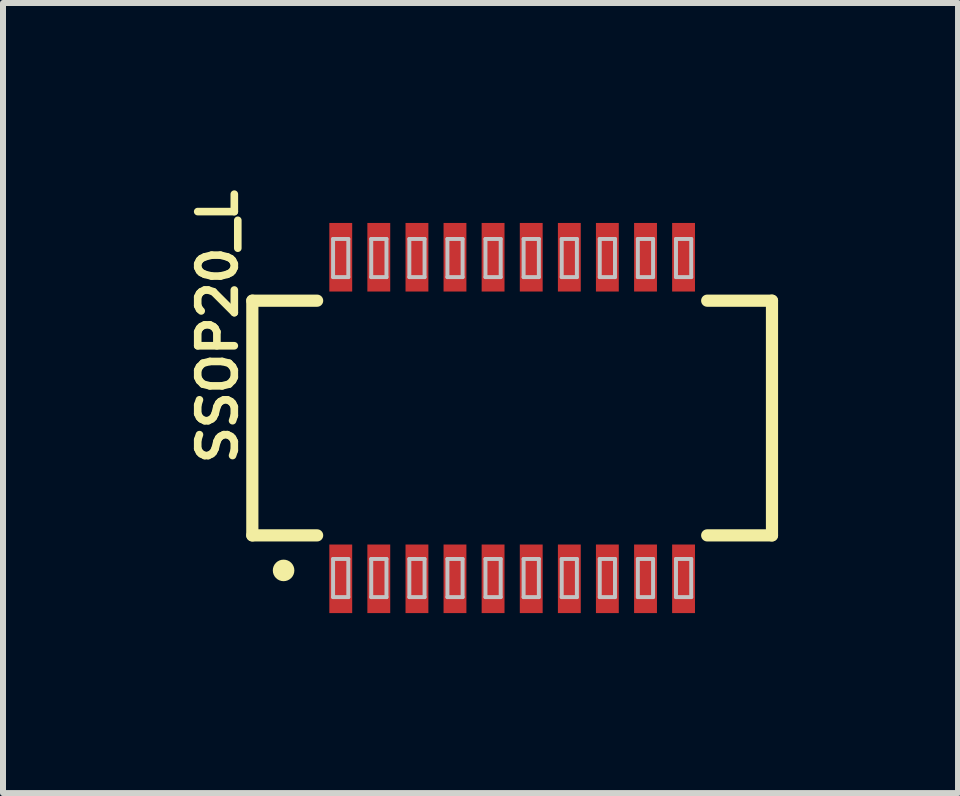
<source format=kicad_pcb>
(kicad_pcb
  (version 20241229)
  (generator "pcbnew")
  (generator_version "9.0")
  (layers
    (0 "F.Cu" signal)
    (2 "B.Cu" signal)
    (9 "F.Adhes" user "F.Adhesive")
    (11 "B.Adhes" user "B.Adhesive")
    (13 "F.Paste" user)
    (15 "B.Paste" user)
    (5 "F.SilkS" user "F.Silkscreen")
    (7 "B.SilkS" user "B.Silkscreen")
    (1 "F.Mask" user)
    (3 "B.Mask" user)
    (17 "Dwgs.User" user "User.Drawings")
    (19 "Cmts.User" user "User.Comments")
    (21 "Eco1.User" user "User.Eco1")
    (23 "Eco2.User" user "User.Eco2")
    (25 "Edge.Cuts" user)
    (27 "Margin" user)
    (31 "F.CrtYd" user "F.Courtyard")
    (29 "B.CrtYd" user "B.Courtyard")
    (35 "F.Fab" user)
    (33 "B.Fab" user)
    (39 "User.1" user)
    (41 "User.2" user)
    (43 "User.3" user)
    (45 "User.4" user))
  (footprint "SSOP20_L"
    (layer "F.Cu")
    (at 5.487 3.918)
    (property "Reference" "SSOP20_L" (at -4.907 -1.524 90) (layer "F.SilkS") (effects (font (size 0.61 0.61) (thickness 0.127))))
    (attr smd)
    (fp_line (start -4.331 -1.956) (end -4.331 1.956) (stroke (width 0.203) (type solid)) (layer "F.SilkS"))
    (fp_line (start -4.331 -1.956) (end -3.251 -1.956) (stroke (width 0.203) (type solid)) (layer "F.SilkS"))
    (fp_line (start -4.331 1.956) (end -3.251 1.956) (stroke (width 0.203) (type solid)) (layer "F.SilkS"))
    (fp_line (start 3.251 -1.956) (end 4.331 -1.956) (stroke (width 0.203) (type solid)) (layer "F.SilkS"))
    (fp_line (start 3.251 1.956) (end 4.331 1.956) (stroke (width 0.203) (type solid)) (layer "F.SilkS"))
    (fp_line (start 4.331 1.956) (end 4.331 -1.956) (stroke (width 0.203) (type solid)) (layer "F.SilkS"))
    (fp_circle (center -3.81 2.54) (end -3.937 2.667) (stroke (width 0) (type solid)) (fill yes) (layer "F.SilkS"))
    (fp_line (start -2.985 -2.985) (end -2.731 -2.985) (stroke (width 0.066) (type solid)) (layer "Dwgs.User"))
    (fp_line (start -2.985 -2.349) (end -2.985 -2.985) (stroke (width 0.066) (type solid)) (layer "Dwgs.User"))
    (fp_line (start -2.985 -2.349) (end -2.731 -2.349) (stroke (width 0.066) (type solid)) (layer "Dwgs.User"))
    (fp_line (start -2.985 2.349) (end -2.731 2.349) (stroke (width 0.066) (type solid)) (layer "Dwgs.User"))
    (fp_line (start -2.985 2.985) (end -2.985 2.349) (stroke (width 0.066) (type solid)) (layer "Dwgs.User"))
    (fp_line (start -2.985 2.985) (end -2.731 2.985) (stroke (width 0.066) (type solid)) (layer "Dwgs.User"))
    (fp_line (start -2.731 -2.349) (end -2.731 -2.985) (stroke (width 0.066) (type solid)) (layer "Dwgs.User"))
    (fp_line (start -2.731 2.985) (end -2.731 2.349) (stroke (width 0.066) (type solid)) (layer "Dwgs.User"))
    (fp_line (start -2.349 -2.985) (end -2.095 -2.985) (stroke (width 0.066) (type solid)) (layer "Dwgs.User"))
    (fp_line (start -2.349 -2.349) (end -2.349 -2.985) (stroke (width 0.066) (type solid)) (layer "Dwgs.User"))
    (fp_line (start -2.349 -2.349) (end -2.095 -2.349) (stroke (width 0.066) (type solid)) (layer "Dwgs.User"))
    (fp_line (start -2.349 2.349) (end -2.095 2.349) (stroke (width 0.066) (type solid)) (layer "Dwgs.User"))
    (fp_line (start -2.349 2.985) (end -2.349 2.349) (stroke (width 0.066) (type solid)) (layer "Dwgs.User"))
    (fp_line (start -2.349 2.985) (end -2.095 2.985) (stroke (width 0.066) (type solid)) (layer "Dwgs.User"))
    (fp_line (start -2.095 -2.349) (end -2.095 -2.985) (stroke (width 0.066) (type solid)) (layer "Dwgs.User"))
    (fp_line (start -2.095 2.985) (end -2.095 2.349) (stroke (width 0.066) (type solid)) (layer "Dwgs.User"))
    (fp_line (start -1.714 -2.985) (end -1.46 -2.985) (stroke (width 0.066) (type solid)) (layer "Dwgs.User"))
    (fp_line (start -1.714 -2.349) (end -1.714 -2.985) (stroke (width 0.066) (type solid)) (layer "Dwgs.User"))
    (fp_line (start -1.714 -2.349) (end -1.46 -2.349) (stroke (width 0.066) (type solid)) (layer "Dwgs.User"))
    (fp_line (start -1.714 2.349) (end -1.46 2.349) (stroke (width 0.066) (type solid)) (layer "Dwgs.User"))
    (fp_line (start -1.714 2.985) (end -1.714 2.349) (stroke (width 0.066) (type solid)) (layer "Dwgs.User"))
    (fp_line (start -1.714 2.985) (end -1.46 2.985) (stroke (width 0.066) (type solid)) (layer "Dwgs.User"))
    (fp_line (start -1.46 -2.349) (end -1.46 -2.985) (stroke (width 0.066) (type solid)) (layer "Dwgs.User"))
    (fp_line (start -1.46 2.985) (end -1.46 2.349) (stroke (width 0.066) (type solid)) (layer "Dwgs.User"))
    (fp_line (start -1.079 -2.985) (end -0.826 -2.985) (stroke (width 0.066) (type solid)) (layer "Dwgs.User"))
    (fp_line (start -1.079 -2.349) (end -1.079 -2.985) (stroke (width 0.066) (type solid)) (layer "Dwgs.User"))
    (fp_line (start -1.079 -2.349) (end -0.826 -2.349) (stroke (width 0.066) (type solid)) (layer "Dwgs.User"))
    (fp_line (start -1.079 2.349) (end -0.826 2.349) (stroke (width 0.066) (type solid)) (layer "Dwgs.User"))
    (fp_line (start -1.079 2.985) (end -1.079 2.349) (stroke (width 0.066) (type solid)) (layer "Dwgs.User"))
    (fp_line (start -1.079 2.985) (end -0.826 2.985) (stroke (width 0.066) (type solid)) (layer "Dwgs.User"))
    (fp_line (start -0.826 -2.349) (end -0.826 -2.985) (stroke (width 0.066) (type solid)) (layer "Dwgs.User"))
    (fp_line (start -0.826 2.985) (end -0.826 2.349) (stroke (width 0.066) (type solid)) (layer "Dwgs.User"))
    (fp_line (start -0.445 -2.985) (end -0.191 -2.985) (stroke (width 0.066) (type solid)) (layer "Dwgs.User"))
    (fp_line (start -0.445 -2.349) (end -0.445 -2.985) (stroke (width 0.066) (type solid)) (layer "Dwgs.User"))
    (fp_line (start -0.445 -2.349) (end -0.191 -2.349) (stroke (width 0.066) (type solid)) (layer "Dwgs.User"))
    (fp_line (start -0.445 2.349) (end -0.191 2.349) (stroke (width 0.066) (type solid)) (layer "Dwgs.User"))
    (fp_line (start -0.445 2.985) (end -0.445 2.349) (stroke (width 0.066) (type solid)) (layer "Dwgs.User"))
    (fp_line (start -0.445 2.985) (end -0.191 2.985) (stroke (width 0.066) (type solid)) (layer "Dwgs.User"))
    (fp_line (start -0.191 -2.349) (end -0.191 -2.985) (stroke (width 0.066) (type solid)) (layer "Dwgs.User"))
    (fp_line (start -0.191 2.985) (end -0.191 2.349) (stroke (width 0.066) (type solid)) (layer "Dwgs.User"))
    (fp_line (start 0.191 -2.985) (end 0.445 -2.985) (stroke (width 0.066) (type solid)) (layer "Dwgs.User"))
    (fp_line (start 0.191 -2.349) (end 0.191 -2.985) (stroke (width 0.066) (type solid)) (layer "Dwgs.User"))
    (fp_line (start 0.191 -2.349) (end 0.445 -2.349) (stroke (width 0.066) (type solid)) (layer "Dwgs.User"))
    (fp_line (start 0.191 2.349) (end 0.445 2.349) (stroke (width 0.066) (type solid)) (layer "Dwgs.User"))
    (fp_line (start 0.191 2.985) (end 0.191 2.349) (stroke (width 0.066) (type solid)) (layer "Dwgs.User"))
    (fp_line (start 0.191 2.985) (end 0.445 2.985) (stroke (width 0.066) (type solid)) (layer "Dwgs.User"))
    (fp_line (start 0.445 -2.349) (end 0.445 -2.985) (stroke (width 0.066) (type solid)) (layer "Dwgs.User"))
    (fp_line (start 0.445 2.985) (end 0.445 2.349) (stroke (width 0.066) (type solid)) (layer "Dwgs.User"))
    (fp_line (start 0.826 -2.985) (end 1.079 -2.985) (stroke (width 0.066) (type solid)) (layer "Dwgs.User"))
    (fp_line (start 0.826 -2.349) (end 0.826 -2.985) (stroke (width 0.066) (type solid)) (layer "Dwgs.User"))
    (fp_line (start 0.826 -2.349) (end 1.079 -2.349) (stroke (width 0.066) (type solid)) (layer "Dwgs.User"))
    (fp_line (start 0.826 2.349) (end 1.079 2.349) (stroke (width 0.066) (type solid)) (layer "Dwgs.User"))
    (fp_line (start 0.826 2.985) (end 0.826 2.349) (stroke (width 0.066) (type solid)) (layer "Dwgs.User"))
    (fp_line (start 0.826 2.985) (end 1.079 2.985) (stroke (width 0.066) (type solid)) (layer "Dwgs.User"))
    (fp_line (start 1.079 -2.349) (end 1.079 -2.985) (stroke (width 0.066) (type solid)) (layer "Dwgs.User"))
    (fp_line (start 1.079 2.985) (end 1.079 2.349) (stroke (width 0.066) (type solid)) (layer "Dwgs.User"))
    (fp_line (start 1.46 -2.985) (end 1.714 -2.985) (stroke (width 0.066) (type solid)) (layer "Dwgs.User"))
    (fp_line (start 1.46 -2.349) (end 1.46 -2.985) (stroke (width 0.066) (type solid)) (layer "Dwgs.User"))
    (fp_line (start 1.46 -2.349) (end 1.714 -2.349) (stroke (width 0.066) (type solid)) (layer "Dwgs.User"))
    (fp_line (start 1.46 2.349) (end 1.714 2.349) (stroke (width 0.066) (type solid)) (layer "Dwgs.User"))
    (fp_line (start 1.46 2.985) (end 1.46 2.349) (stroke (width 0.066) (type solid)) (layer "Dwgs.User"))
    (fp_line (start 1.46 2.985) (end 1.714 2.985) (stroke (width 0.066) (type solid)) (layer "Dwgs.User"))
    (fp_line (start 1.714 -2.349) (end 1.714 -2.985) (stroke (width 0.066) (type solid)) (layer "Dwgs.User"))
    (fp_line (start 1.714 2.985) (end 1.714 2.349) (stroke (width 0.066) (type solid)) (layer "Dwgs.User"))
    (fp_line (start 2.095 -2.985) (end 2.349 -2.985) (stroke (width 0.066) (type solid)) (layer "Dwgs.User"))
    (fp_line (start 2.095 -2.349) (end 2.095 -2.985) (stroke (width 0.066) (type solid)) (layer "Dwgs.User"))
    (fp_line (start 2.095 -2.349) (end 2.349 -2.349) (stroke (width 0.066) (type solid)) (layer "Dwgs.User"))
    (fp_line (start 2.095 2.349) (end 2.349 2.349) (stroke (width 0.066) (type solid)) (layer "Dwgs.User"))
    (fp_line (start 2.095 2.985) (end 2.095 2.349) (stroke (width 0.066) (type solid)) (layer "Dwgs.User"))
    (fp_line (start 2.095 2.985) (end 2.349 2.985) (stroke (width 0.066) (type solid)) (layer "Dwgs.User"))
    (fp_line (start 2.349 -2.349) (end 2.349 -2.985) (stroke (width 0.066) (type solid)) (layer "Dwgs.User"))
    (fp_line (start 2.349 2.985) (end 2.349 2.349) (stroke (width 0.066) (type solid)) (layer "Dwgs.User"))
    (fp_line (start 2.731 -2.985) (end 2.985 -2.985) (stroke (width 0.066) (type solid)) (layer "Dwgs.User"))
    (fp_line (start 2.731 -2.349) (end 2.731 -2.985) (stroke (width 0.066) (type solid)) (layer "Dwgs.User"))
    (fp_line (start 2.731 -2.349) (end 2.985 -2.349) (stroke (width 0.066) (type solid)) (layer "Dwgs.User"))
    (fp_line (start 2.731 2.349) (end 2.985 2.349) (stroke (width 0.066) (type solid)) (layer "Dwgs.User"))
    (fp_line (start 2.731 2.985) (end 2.731 2.349) (stroke (width 0.066) (type solid)) (layer "Dwgs.User"))
    (fp_line (start 2.731 2.985) (end 2.985 2.985) (stroke (width 0.066) (type solid)) (layer "Dwgs.User"))
    (fp_line (start 2.985 -2.349) (end 2.985 -2.985) (stroke (width 0.066) (type solid)) (layer "Dwgs.User"))
    (fp_line (start 2.985 2.985) (end 2.985 2.349) (stroke (width 0.066) (type solid)) (layer "Dwgs.User"))
    (pad "1" smd rect (at -2.857 2.68 180) (size 0.381 1.143) (layers "F.Cu" "F.Mask" "F.Paste"))
    (pad "2" smd rect (at -2.223 2.68 180) (size 0.381 1.143) (layers "F.Cu" "F.Mask" "F.Paste"))
    (pad "3" smd rect (at -1.587 2.68 180) (size 0.381 1.143) (layers "F.Cu" "F.Mask" "F.Paste"))
    (pad "4" smd rect (at -0.953 2.68 180) (size 0.381 1.143) (layers "F.Cu" "F.Mask" "F.Paste"))
    (pad "5" smd rect (at -0.318 2.68 180) (size 0.381 1.143) (layers "F.Cu" "F.Mask" "F.Paste"))
    (pad "6" smd rect (at 0.318 2.68 180) (size 0.381 1.143) (layers "F.Cu" "F.Mask" "F.Paste"))
    (pad "7" smd rect (at 0.953 2.68 180) (size 0.381 1.143) (layers "F.Cu" "F.Mask" "F.Paste"))
    (pad "8" smd rect (at 1.587 2.68 180) (size 0.381 1.143) (layers "F.Cu" "F.Mask" "F.Paste"))
    (pad "9" smd rect (at 2.223 2.68 180) (size 0.381 1.143) (layers "F.Cu" "F.Mask" "F.Paste"))
    (pad "10" smd rect (at 2.857 2.68 180) (size 0.381 1.143) (layers "F.Cu" "F.Mask" "F.Paste"))
    (pad "11" smd rect (at 2.857 -2.68) (size 0.381 1.143) (layers "F.Cu" "F.Mask" "F.Paste"))
    (pad "12" smd rect (at 2.223 -2.68) (size 0.381 1.143) (layers "F.Cu" "F.Mask" "F.Paste"))
    (pad "13" smd rect (at 1.587 -2.68) (size 0.381 1.143) (layers "F.Cu" "F.Mask" "F.Paste"))
    (pad "14" smd rect (at 0.953 -2.68) (size 0.381 1.143) (layers "F.Cu" "F.Mask" "F.Paste"))
    (pad "15" smd rect (at 0.318 -2.68) (size 0.381 1.143) (layers "F.Cu" "F.Mask" "F.Paste"))
    (pad "16" smd rect (at -0.318 -2.68) (size 0.381 1.143) (layers "F.Cu" "F.Mask" "F.Paste"))
    (pad "17" smd rect (at -0.953 -2.68) (size 0.381 1.143) (layers "F.Cu" "F.Mask" "F.Paste"))
    (pad "18" smd rect (at -1.587 -2.68) (size 0.381 1.143) (layers "F.Cu" "F.Mask" "F.Paste"))
    (pad "19" smd rect (at -2.223 -2.68) (size 0.381 1.143) (layers "F.Cu" "F.Mask" "F.Paste"))
    (pad "20" smd rect (at -2.857 -2.68) (size 0.381 1.143) (layers "F.Cu" "F.Mask" "F.Paste")))
  (gr_rect
    (start -3 -3)
    (end 12.919 10.169)
    (stroke (width 0.1) (type default))
    (fill no)
    (layer "Edge.Cuts")))
</source>
